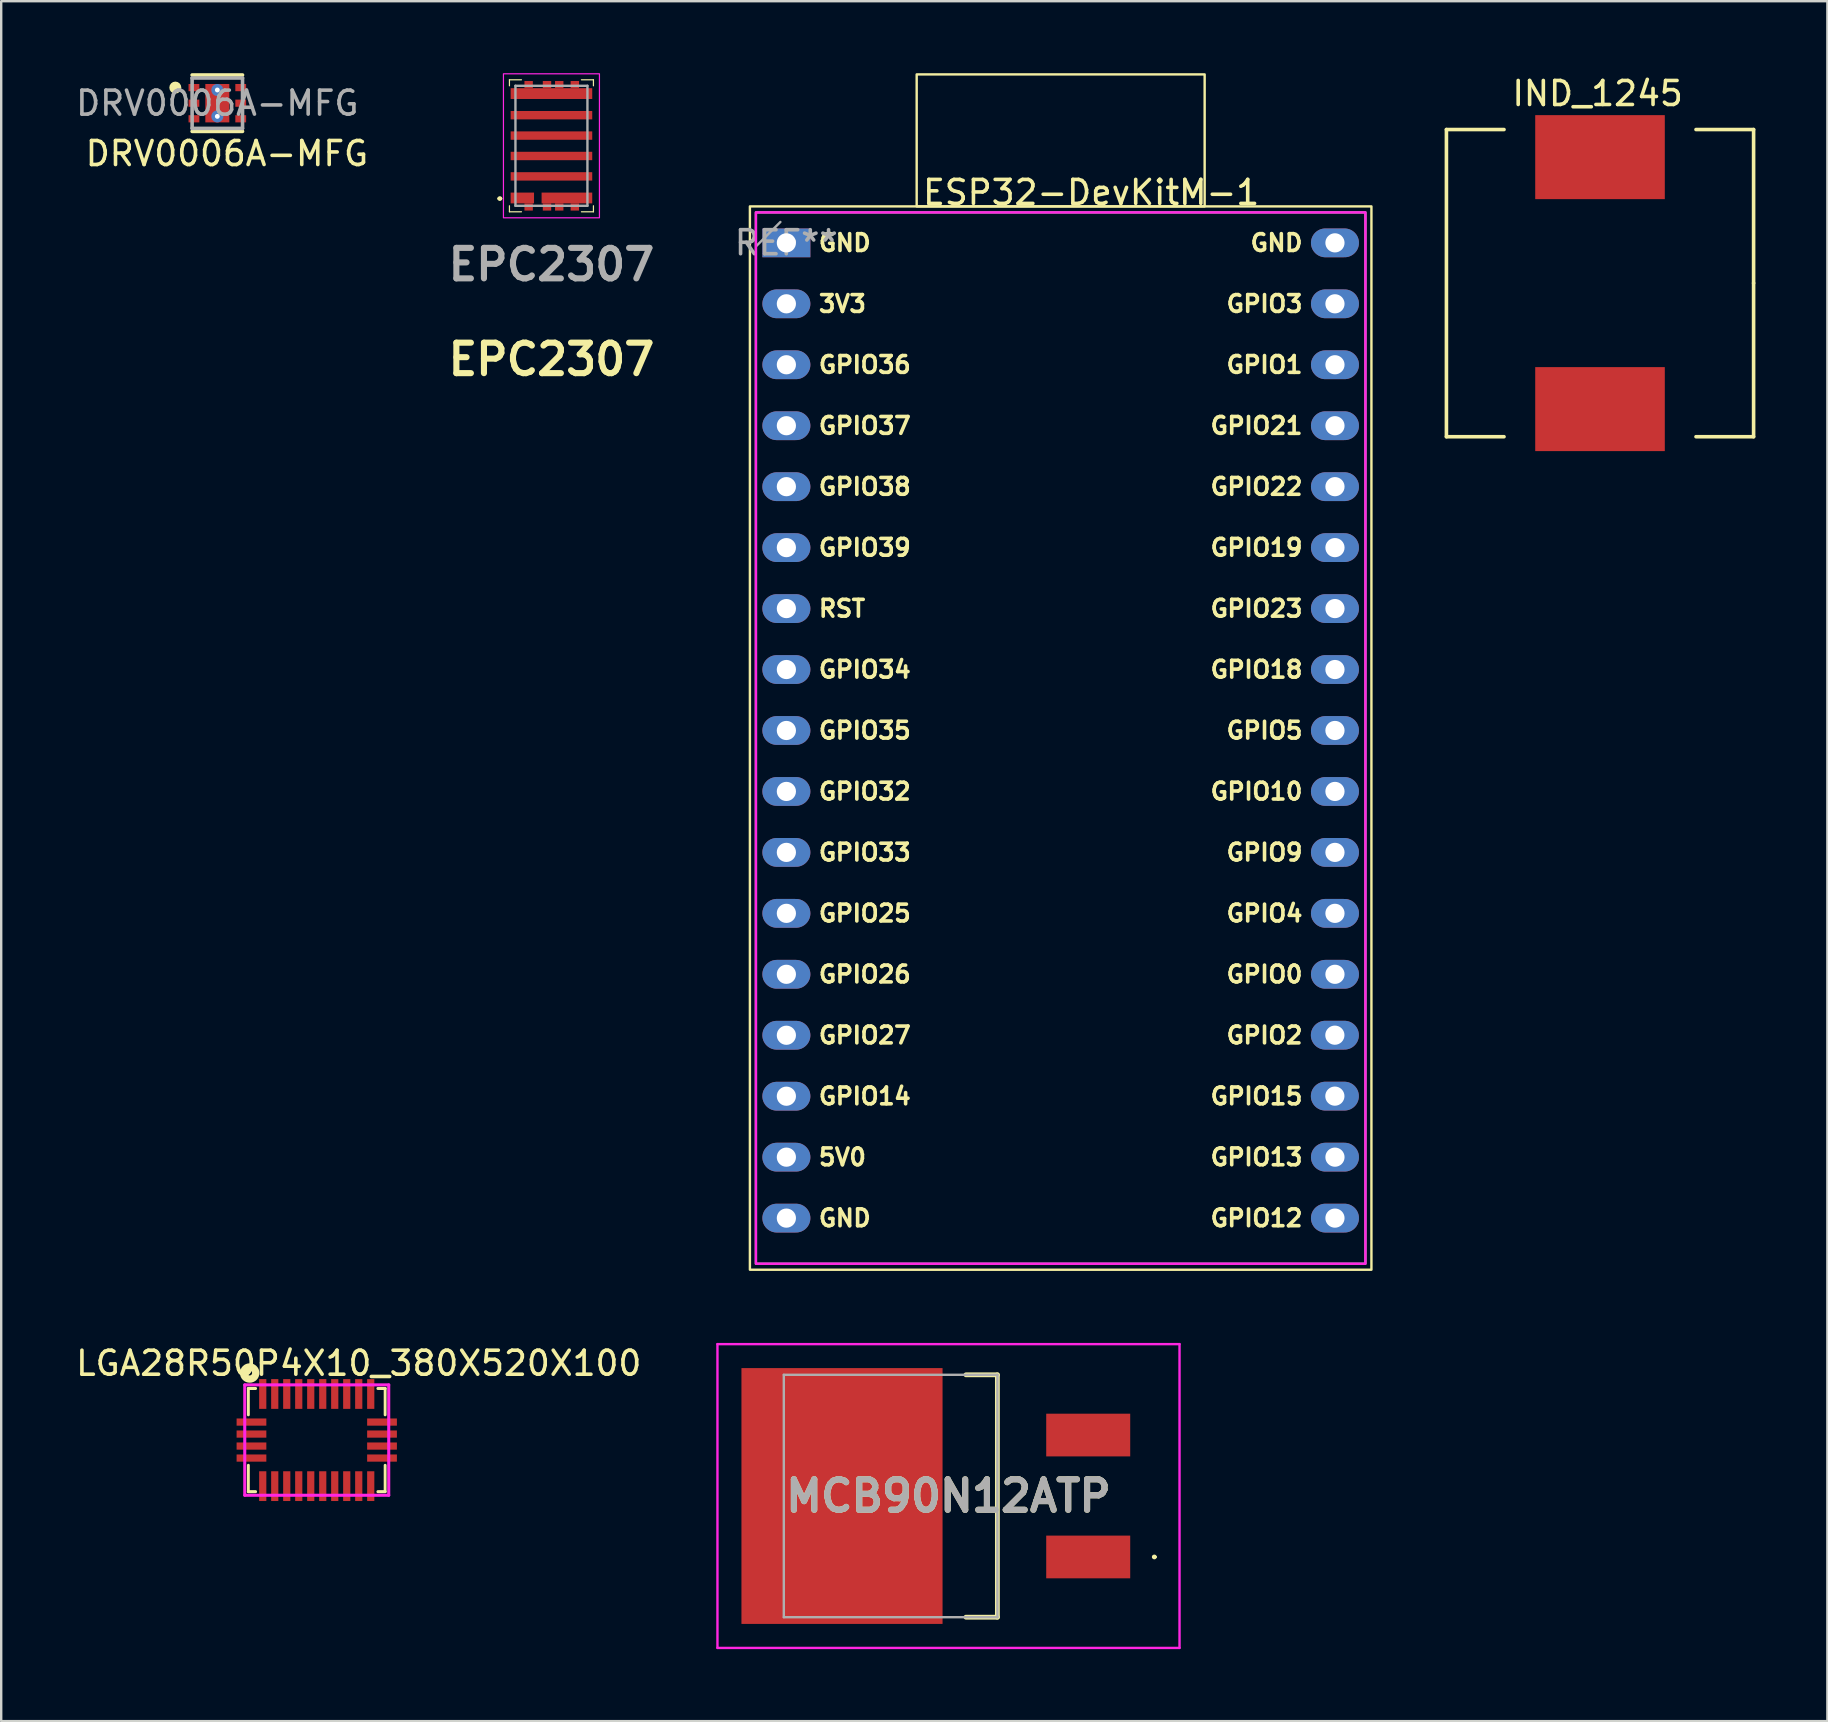
<source format=kicad_pcb>
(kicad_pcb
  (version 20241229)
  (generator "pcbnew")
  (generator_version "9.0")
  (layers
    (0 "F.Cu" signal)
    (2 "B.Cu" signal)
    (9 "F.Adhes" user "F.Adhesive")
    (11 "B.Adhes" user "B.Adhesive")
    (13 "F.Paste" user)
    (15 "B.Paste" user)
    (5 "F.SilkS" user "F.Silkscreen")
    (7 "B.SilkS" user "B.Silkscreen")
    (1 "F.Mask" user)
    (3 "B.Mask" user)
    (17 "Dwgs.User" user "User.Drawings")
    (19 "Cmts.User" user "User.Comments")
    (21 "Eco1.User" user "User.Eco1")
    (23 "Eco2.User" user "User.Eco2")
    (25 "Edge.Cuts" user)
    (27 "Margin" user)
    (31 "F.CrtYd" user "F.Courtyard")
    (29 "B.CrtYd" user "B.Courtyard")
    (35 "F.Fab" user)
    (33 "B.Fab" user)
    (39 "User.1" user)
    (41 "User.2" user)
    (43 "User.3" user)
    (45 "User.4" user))
  (footprint "DRV0006A-MFG"
    (layer "F.Cu")
    (at 6.006 1.25)
    (property "Reference" "DRV0006A-MFG" (at 0.4 2.1 0) (unlocked yes) (layer "F.SilkS") (effects (font (size 1 1) (thickness 0.15))))
    (attr smd)
    (fp_line (start -1.05 -1.175) (end 1.05 -1.175) (stroke (width 0.15) (type solid)) (layer "F.SilkS"))
    (fp_line (start -1.05 1.175) (end 1.05 1.175) (stroke (width 0.15) (type solid)) (layer "F.SilkS"))
    (fp_circle (center -1.75 -0.65) (end -1.625 -0.65) (stroke (width 0.25) (type solid)) (fill no) (layer "F.SilkS"))
    (fp_poly (pts (xy -0.5 0.15) (xy -0.45 0.1) (xy 0.45 0.1) (xy 0.5 0.15) (xy 0.5 0.75) (xy 0.45 0.8) (xy -0.45 0.8) (xy -0.5 0.75)) (stroke (width 0) (type solid)) (fill yes) (layer "F.Paste"))
    (fp_poly (pts (xy 0.45 -0.8) (xy 0.5 -0.75) (xy 0.5 -0.15) (xy 0.45 -0.1) (xy -0.45 -0.1) (xy -0.5 -0.15) (xy -0.5 -0.75) (xy -0.45 -0.8)) (stroke (width 0) (type solid)) (fill yes) (layer "F.Paste"))
    (fp_line (start -1.05 -1.05) (end 1.05 -1.05) (stroke (width 0.15) (type solid)) (layer "F.Fab"))
    (fp_line (start -1.05 1.05) (end -1.05 -1.05) (stroke (width 0.15) (type solid)) (layer "F.Fab"))
    (fp_line (start -1.05 1.05) (end 1.05 1.05) (stroke (width 0.15) (type solid)) (layer "F.Fab"))
    (fp_line (start 1.05 1.05) (end 1.05 -1.05) (stroke (width 0.15) (type solid)) (layer "F.Fab"))
    (fp_text user "${REFERENCE}" (at 0 0 0) (unlocked yes) (layer "F.Fab") (effects (font (size 1 1) (thickness 0.15))))
    (pad "1" smd rect (at -0.975 -0.65) (size 0.45 0.3) (layers "F.Cu" "F.Mask" "F.Paste"))
    (pad "2" smd rect (at -0.975 0) (size 0.45 0.3) (layers "F.Cu" "F.Mask" "F.Paste"))
    (pad "3" smd rect (at -0.975 0.65) (size 0.45 0.3) (layers "F.Cu" "F.Mask" "F.Paste"))
    (pad "4" smd rect (at 0.975 0.65) (size 0.45 0.3) (layers "F.Cu" "F.Mask" "F.Paste"))
    (pad "5" smd rect (at 0.975 0) (size 0.45 0.3) (layers "F.Cu" "F.Mask" "F.Paste"))
    (pad "6" smd rect (at 0.975 -0.65) (size 0.45 0.3) (layers "F.Cu" "F.Mask" "F.Paste"))
    (pad "7" smd rect (at 0 0) (size 1 1.6) (layers "F.Cu" "F.Mask"))
    (pad "8" thru_hole circle (at 0 0.55) (size 0.5 0.5) (drill 0.203) (layers "*.Cu" "*.Mask"))
    (pad "9" thru_hole circle (at 0 -0.55) (size 0.5 0.5) (drill 0.203) (layers "*.Cu" "*.Mask")))
  (footprint "LGA28R50P4X10_380X520X100"
    (layer "F.Cu")
    (at 10.149 56.959)
    (property "Reference" "LGA28R50P4X10_380X520X100" (at 1.75 -3.2 0) (layer "F.SilkS") (effects (font (size 1.001 1.001) (thickness 0.15))))
    (attr smd)
    (fp_line (start -2.85 -2.15) (end -2.85 -1.05) (stroke (width 0.12) (type solid)) (layer "F.SilkS"))
    (fp_line (start -2.85 1.05) (end -2.85 2.15) (stroke (width 0.12) (type solid)) (layer "F.SilkS"))
    (fp_line (start -2.85 2.15) (end -2.55 2.15) (stroke (width 0.127) (type solid)) (layer "F.SilkS"))
    (fp_line (start -2.55 -2.15) (end -2.85 -2.15) (stroke (width 0.127) (type solid)) (layer "F.SilkS"))
    (fp_line (start 2.55 2.15) (end 2.85 2.15) (stroke (width 0.127) (type solid)) (layer "F.SilkS"))
    (fp_line (start 2.85 -2.15) (end 2.55 -2.15) (stroke (width 0.127) (type solid)) (layer "F.SilkS"))
    (fp_line (start 2.85 -2.15) (end 2.85 -1.05) (stroke (width 0.12) (type solid)) (layer "F.SilkS"))
    (fp_line (start 2.85 1.05) (end 2.85 2.15) (stroke (width 0.12) (type solid)) (layer "F.SilkS"))
    (fp_circle (center -2.794 -2.794) (end -2.694 -2.794) (stroke (width 0.305) (type solid)) (fill no) (layer "F.SilkS"))
    (fp_line (start -3 -2.3) (end 3 -2.3) (stroke (width 0.127) (type solid)) (layer "F.CrtYd"))
    (fp_line (start -3 2.3) (end -3 -2.3) (stroke (width 0.127) (type solid)) (layer "F.CrtYd"))
    (fp_line (start 3 -2.3) (end 3 2.3) (stroke (width 0.127) (type solid)) (layer "F.CrtYd"))
    (fp_line (start 3 2.3) (end -3 2.3) (stroke (width 0.127) (type solid)) (layer "F.CrtYd"))
    (pad "1" smd rect (at -2.25 -1.92 180) (size 0.3 1.24) (layers "F.Cu" "F.Mask" "F.Paste"))
    (pad "2" smd rect (at -2.72 -0.75 270) (size 0.3 1.24) (layers "F.Cu" "F.Mask" "F.Paste"))
    (pad "3" smd rect (at -2.72 -0.25 270) (size 0.3 1.24) (layers "F.Cu" "F.Mask" "F.Paste"))
    (pad "4" smd rect (at -2.72 0.25 270) (size 0.3 1.24) (layers "F.Cu" "F.Mask" "F.Paste"))
    (pad "5" smd rect (at -2.72 0.75 270) (size 0.3 1.24) (layers "F.Cu" "F.Mask" "F.Paste"))
    (pad "6" smd rect (at -2.25 1.92 180) (size 0.3 1.24) (layers "F.Cu" "F.Mask" "F.Paste"))
    (pad "7" smd rect (at -1.75 1.92 180) (size 0.3 1.24) (layers "F.Cu" "F.Mask" "F.Paste"))
    (pad "8" smd rect (at -1.25 1.92 180) (size 0.3 1.24) (layers "F.Cu" "F.Mask" "F.Paste"))
    (pad "9" smd rect (at -0.75 1.92 180) (size 0.3 1.24) (layers "F.Cu" "F.Mask" "F.Paste"))
    (pad "10" smd rect (at -0.25 1.92 180) (size 0.3 1.24) (layers "F.Cu" "F.Mask" "F.Paste"))
    (pad "11" smd rect (at 0.25 1.92 180) (size 0.3 1.24) (layers "F.Cu" "F.Mask" "F.Paste"))
    (pad "12" smd rect (at 0.75 1.92 180) (size 0.3 1.24) (layers "F.Cu" "F.Mask" "F.Paste"))
    (pad "13" smd rect (at 1.25 1.92 180) (size 0.3 1.24) (layers "F.Cu" "F.Mask" "F.Paste"))
    (pad "14" smd rect (at 1.75 1.92 180) (size 0.3 1.24) (layers "F.Cu" "F.Mask" "F.Paste"))
    (pad "15" smd rect (at 2.25 1.92 180) (size 0.3 1.24) (layers "F.Cu" "F.Mask" "F.Paste"))
    (pad "16" smd rect (at 2.72 0.75 270) (size 0.3 1.24) (layers "F.Cu" "F.Mask" "F.Paste"))
    (pad "17" smd rect (at 2.72 0.25 270) (size 0.3 1.24) (layers "F.Cu" "F.Mask" "F.Paste"))
    (pad "18" smd rect (at 2.72 -0.25 270) (size 0.3 1.24) (layers "F.Cu" "F.Mask" "F.Paste"))
    (pad "19" smd rect (at 2.72 -0.75 270) (size 0.3 1.24) (layers "F.Cu" "F.Mask" "F.Paste"))
    (pad "20" smd rect (at 2.25 -1.92 180) (size 0.3 1.24) (layers "F.Cu" "F.Mask" "F.Paste"))
    (pad "21" smd rect (at 1.75 -1.92 180) (size 0.3 1.24) (layers "F.Cu" "F.Mask" "F.Paste"))
    (pad "22" smd rect (at 1.25 -1.92 180) (size 0.3 1.24) (layers "F.Cu" "F.Mask" "F.Paste"))
    (pad "23" smd rect (at 0.75 -1.92 180) (size 0.3 1.24) (layers "F.Cu" "F.Mask" "F.Paste"))
    (pad "24" smd rect (at 0.25 -1.92 180) (size 0.3 1.24) (layers "F.Cu" "F.Mask" "F.Paste"))
    (pad "25" smd rect (at -0.25 -1.92 180) (size 0.3 1.24) (layers "F.Cu" "F.Mask" "F.Paste"))
    (pad "26" smd rect (at -0.75 -1.92 180) (size 0.3 1.24) (layers "F.Cu" "F.Mask" "F.Paste"))
    (pad "27" smd rect (at -1.25 -1.92 180) (size 0.3 1.24) (layers "F.Cu" "F.Mask" "F.Paste"))
    (pad "28" smd rect (at -1.75 -1.92 180) (size 0.3 1.24) (layers "F.Cu" "F.Mask" "F.Paste")))
  (footprint "MCB90N12ATP"
    (layer "F.Cu")
    (at 34.062 59.29)
    (property "Reference" "MCB90N12ATP" (at 2.412 0 0) (layer "F.SilkS") (effects (font (size 1.27 1.27) (thickness 0.254))))
    (attr smd)
    (fp_line (start 3.14 5.05) (end 4.45 5.05) (stroke (width 0.2) (type solid)) (layer "F.SilkS"))
    (fp_line (start 4.45 -5.05) (end 3.14 -5.05) (stroke (width 0.2) (type solid)) (layer "F.SilkS"))
    (fp_line (start 4.45 5.05) (end 4.45 -5.05) (stroke (width 0.2) (type solid)) (layer "F.SilkS"))
    (fp_line (start 10.94 2.54) (end 10.94 2.54) (stroke (width 0.1) (type solid)) (layer "F.SilkS"))
    (fp_line (start 11.04 2.54) (end 11.04 2.54) (stroke (width 0.1) (type solid)) (layer "F.SilkS"))
    (fp_arc (start 10.94 2.54) (mid 10.99 2.49) (end 11.04 2.54) (stroke (width 0.1) (type solid)) (layer "F.SilkS"))
    (fp_arc (start 11.04 2.54) (mid 10.99 2.59) (end 10.94 2.54) (stroke (width 0.1) (type solid)) (layer "F.SilkS"))
    (fp_line (start -7.215 -6.33) (end 12.04 -6.33) (stroke (width 0.1) (type solid)) (layer "F.CrtYd"))
    (fp_line (start -7.215 6.33) (end -7.215 -6.33) (stroke (width 0.1) (type solid)) (layer "F.CrtYd"))
    (fp_line (start 12.04 -6.33) (end 12.04 6.33) (stroke (width 0.1) (type solid)) (layer "F.CrtYd"))
    (fp_line (start 12.04 6.33) (end -7.215 6.33) (stroke (width 0.1) (type solid)) (layer "F.CrtYd"))
    (fp_line (start -4.45 -5.05) (end 4.45 -5.05) (stroke (width 0.1) (type solid)) (layer "F.Fab"))
    (fp_line (start -4.45 5.05) (end -4.45 -5.05) (stroke (width 0.1) (type solid)) (layer "F.Fab"))
    (fp_line (start 4.45 -5.05) (end 4.45 5.05) (stroke (width 0.1) (type solid)) (layer "F.Fab"))
    (fp_line (start 4.45 5.05) (end -4.45 5.05) (stroke (width 0.1) (type solid)) (layer "F.Fab"))
    (fp_text user "${REFERENCE}" (at 2.412 0 0) (layer "F.Fab") (effects (font (size 1.27 1.27) (thickness 0.254))))
    (pad "1" smd rect (at 8.235 2.54 90) (size 1.78 3.5) (layers "F.Cu" "F.Mask" "F.Paste"))
    (pad "2" smd rect (at -2.025 0) (size 8.38 10.66) (layers "F.Cu" "F.Mask" "F.Paste"))
    (pad "3" smd rect (at 8.235 -2.54 90) (size 1.78 3.5) (layers "F.Cu" "F.Mask" "F.Paste")))
  (footprint "ESP32-DevKitM-1"
    (layer "F.Cu")
    (at 29.719 7.07)
    (property "Reference" "ESP32-DevKitM-1" (at 12.7 -2.1 0) (layer "F.SilkS") (effects (font (size 1 1) (thickness 0.15))))
    (attr through_hole)
    (fp_rect (start -1.52 -1.52) (end 24.38 42.79) (stroke (width 0.1) (type default)) (fill no) (layer "F.SilkS"))
    (fp_rect (start 5.43 -7.02) (end 17.43 -1.52) (stroke (width 0.1) (type default)) (fill no) (layer "F.SilkS"))
    (fp_rect (start -1.27 -1.27) (end 24.13 42.54) (stroke (width 0.1) (type default)) (fill no) (layer "F.CrtYd"))
    (fp_line (start -0.25 -0.87) (end -1.25 0.13) (stroke (width 0.1) (type solid)) (layer "F.Fab"))
    (fp_rect (start -1.27 -1.27) (end 24.13 42.54) (stroke (width 0.1) (type default)) (fill no) (layer "F.Fab"))
    (fp_text user "GPIO25" (at 1.27 27.94 0) (unlocked yes) (layer "F.SilkS") (effects (font (size 0.7 0.7) (thickness 0.15)) (justify left)))
    (fp_text user "GPIO38" (at 1.27 10.16 0) (unlocked yes) (layer "F.SilkS") (effects (font (size 0.7 0.7) (thickness 0.15)) (justify left)))
    (fp_text user "RST" (at 1.27 15.24 0) (unlocked yes) (layer "F.SilkS") (effects (font (size 0.7 0.7) (thickness 0.15)) (justify left)))
    (fp_text user "GPIO27" (at 1.27 33.02 0) (unlocked yes) (layer "F.SilkS") (effects (font (size 0.7 0.7) (thickness 0.15)) (justify left)))
    (fp_text user "GPIO22" (at 21.59 10.16 0) (unlocked yes) (layer "F.SilkS") (effects (font (size 0.7 0.7) (thickness 0.15)) (justify right)))
    (fp_text user "GPIO21" (at 21.59 7.62 0) (unlocked yes) (layer "F.SilkS") (effects (font (size 0.7 0.7) (thickness 0.15)) (justify right)))
    (fp_text user "GND" (at 1.27 40.64 0) (unlocked yes) (layer "F.SilkS") (effects (font (size 0.7 0.7) (thickness 0.15)) (justify left)))
    (fp_text user "GPIO33" (at 1.27 25.4 0) (unlocked yes) (layer "F.SilkS") (effects (font (size 0.7 0.7) (thickness 0.15)) (justify left)))
    (fp_text user "GPIO36" (at 1.27 5.08 0) (unlocked yes) (layer "F.SilkS") (effects (font (size 0.7 0.7) (thickness 0.15)) (justify left)))
    (fp_text user "GPIO0" (at 21.59 30.48 0) (unlocked yes) (layer "F.SilkS") (effects (font (size 0.7 0.7) (thickness 0.15)) (justify right)))
    (fp_text user "GPIO19" (at 21.59 12.7 0) (unlocked yes) (layer "F.SilkS") (effects (font (size 0.7 0.7) (thickness 0.15)) (justify right)))
    (fp_text user "5V0" (at 1.27 38.1 0) (unlocked yes) (layer "F.SilkS") (effects (font (size 0.7 0.7) (thickness 0.15)) (justify left)))
    (fp_text user "GPIO13" (at 21.59 38.1 0) (unlocked yes) (layer "F.SilkS") (effects (font (size 0.7 0.7) (thickness 0.15)) (justify right)))
    (fp_text user "GPIO9" (at 21.59 25.4 0) (unlocked yes) (layer "F.SilkS") (effects (font (size 0.7 0.7) (thickness 0.15)) (justify right)))
    (fp_text user "GPIO18" (at 21.59 17.78 0) (unlocked yes) (layer "F.SilkS") (effects (font (size 0.7 0.7) (thickness 0.15)) (justify right)))
    (fp_text user "GPIO5" (at 21.59 20.32 0) (unlocked yes) (layer "F.SilkS") (effects (font (size 0.7 0.7) (thickness 0.15)) (justify right)))
    (fp_text user "GPIO26" (at 1.27 30.48 0) (unlocked yes) (layer "F.SilkS") (effects (font (size 0.7 0.7) (thickness 0.15)) (justify left)))
    (fp_text user "GPIO39" (at 1.27 12.7 0) (unlocked yes) (layer "F.SilkS") (effects (font (size 0.7 0.7) (thickness 0.15)) (justify left)))
    (fp_text user "GPIO14" (at 1.27 35.56 0) (unlocked yes) (layer "F.SilkS") (effects (font (size 0.7 0.7) (thickness 0.15)) (justify left)))
    (fp_text user "GPIO15" (at 21.59 35.56 0) (unlocked yes) (layer "F.SilkS") (effects (font (size 0.7 0.7) (thickness 0.15)) (justify right)))
    (fp_text user "GPIO34" (at 1.27 17.78 0) (unlocked yes) (layer "F.SilkS") (effects (font (size 0.7 0.7) (thickness 0.15)) (justify left)))
    (fp_text user "GND" (at 21.59 0 0) (unlocked yes) (layer "F.SilkS") (effects (font (size 0.7 0.7) (thickness 0.15)) (justify right)))
    (fp_text user "GPIO32" (at 1.27 22.86 0) (unlocked yes) (layer "F.SilkS") (effects (font (size 0.7 0.7) (thickness 0.15)) (justify left)))
    (fp_text user "GPIO10" (at 21.59 22.86 0) (unlocked yes) (layer "F.SilkS") (effects (font (size 0.7 0.7) (thickness 0.15)) (justify right)))
    (fp_text user "GPIO37" (at 1.27 7.62 0) (unlocked yes) (layer "F.SilkS") (effects (font (size 0.7 0.7) (thickness 0.15)) (justify left)))
    (fp_text user "GPIO3" (at 21.59 2.54 0) (unlocked yes) (layer "F.SilkS") (effects (font (size 0.7 0.7) (thickness 0.15)) (justify right)))
    (fp_text user "GPIO1" (at 21.59 5.08 0) (unlocked yes) (layer "F.SilkS") (effects (font (size 0.7 0.7) (thickness 0.15)) (justify right)))
    (fp_text user "3V3" (at 1.27 2.54 0) (unlocked yes) (layer "F.SilkS") (effects (font (size 0.7 0.7) (thickness 0.15)) (justify left)))
    (fp_text user "GPIO4" (at 21.59 27.94 0) (unlocked yes) (layer "F.SilkS") (effects (font (size 0.7 0.7) (thickness 0.15)) (justify right)))
    (fp_text user "GPIO12" (at 21.59 40.64 0) (unlocked yes) (layer "F.SilkS") (effects (font (size 0.7 0.7) (thickness 0.15)) (justify right)))
    (fp_text user "GPIO35" (at 1.27 20.32 0) (unlocked yes) (layer "F.SilkS") (effects (font (size 0.7 0.7) (thickness 0.15)) (justify left)))
    (fp_text user "GND" (at 1.27 0 0) (unlocked yes) (layer "F.SilkS") (effects (font (size 0.7 0.7) (thickness 0.15)) (justify left)))
    (fp_text user "GPIO23" (at 21.59 15.24 0) (unlocked yes) (layer "F.SilkS") (effects (font (size 0.7 0.7) (thickness 0.15)) (justify right)))
    (fp_text user "GPIO2" (at 21.59 33.02 0) (unlocked yes) (layer "F.SilkS") (effects (font (size 0.7 0.7) (thickness 0.15)) (justify right)))
    (fp_text user "REF**" (at -0.004 -0.003 0) (layer "F.Fab") (effects (font (size 1 1) (thickness 0.15))))
    (pad "1" thru_hole rect (at 0 0 270) (size 1.2 2) (drill 0.8) (layers "*.Cu" "*.Mask"))
    (pad "2" thru_hole oval (at 0 2.54 270) (size 1.2 2) (drill 0.8) (layers "*.Cu" "*.Mask"))
    (pad "3" thru_hole oval (at 0 5.08 270) (size 1.2 2) (drill 0.8) (layers "*.Cu" "*.Mask"))
    (pad "4" thru_hole oval (at 0 7.62 270) (size 1.2 2) (drill 0.8) (layers "*.Cu" "*.Mask"))
    (pad "5" thru_hole oval (at 0 10.16 270) (size 1.2 2) (drill 0.8) (layers "*.Cu" "*.Mask"))
    (pad "6" thru_hole oval (at 0 12.7 270) (size 1.2 2) (drill 0.8) (layers "*.Cu" "*.Mask"))
    (pad "7" thru_hole oval (at 0 15.24 270) (size 1.2 2) (drill 0.8) (layers "*.Cu" "*.Mask"))
    (pad "8" thru_hole oval (at 0 17.78 270) (size 1.2 2) (drill 0.8) (layers "*.Cu" "*.Mask"))
    (pad "9" thru_hole oval (at 0 20.32 270) (size 1.2 2) (drill 0.8) (layers "*.Cu" "*.Mask"))
    (pad "10" thru_hole oval (at 0 22.86 270) (size 1.2 2) (drill 0.8) (layers "*.Cu" "*.Mask"))
    (pad "11" thru_hole oval (at 0 25.4 270) (size 1.2 2) (drill 0.8) (layers "*.Cu" "*.Mask"))
    (pad "12" thru_hole oval (at 0 27.94 270) (size 1.2 2) (drill 0.8) (layers "*.Cu" "*.Mask"))
    (pad "13" thru_hole oval (at 0 30.48 270) (size 1.2 2) (drill 0.8) (layers "*.Cu" "*.Mask"))
    (pad "14" thru_hole oval (at 0 33.02 270) (size 1.2 2) (drill 0.8) (layers "*.Cu" "*.Mask"))
    (pad "15" thru_hole oval (at 0 35.56 270) (size 1.2 2) (drill 0.8) (layers "*.Cu" "*.Mask"))
    (pad "16" thru_hole oval (at 0 38.1 270) (size 1.2 2) (drill 0.8) (layers "*.Cu" "*.Mask"))
    (pad "17" thru_hole oval (at 0 40.64 270) (size 1.2 2) (drill 0.8) (layers "*.Cu" "*.Mask"))
    (pad "18" thru_hole oval (at 22.86 40.64 270) (size 1.2 2) (drill 0.8) (layers "*.Cu" "*.Mask"))
    (pad "19" thru_hole oval (at 22.86 38.1 270) (size 1.2 2) (drill 0.8) (layers "*.Cu" "*.Mask"))
    (pad "20" thru_hole oval (at 22.856 35.557 270) (size 1.2 2) (drill 0.8) (layers "*.Cu" "*.Mask"))
    (pad "21" thru_hole oval (at 22.856 33.017 270) (size 1.2 2) (drill 0.8) (layers "*.Cu" "*.Mask"))
    (pad "22" thru_hole oval (at 22.86 30.48 270) (size 1.2 2) (drill 0.8) (layers "*.Cu" "*.Mask"))
    (pad "23" thru_hole oval (at 22.86 27.94 270) (size 1.2 2) (drill 0.8) (layers "*.Cu" "*.Mask"))
    (pad "24" thru_hole oval (at 22.86 25.4 270) (size 1.2 2) (drill 0.8) (layers "*.Cu" "*.Mask"))
    (pad "25" thru_hole oval (at 22.86 22.86 270) (size 1.2 2) (drill 0.8) (layers "*.Cu" "*.Mask"))
    (pad "26" thru_hole oval (at 22.86 20.32 270) (size 1.2 2) (drill 0.8) (layers "*.Cu" "*.Mask"))
    (pad "27" thru_hole oval (at 22.86 17.78 270) (size 1.2 2) (drill 0.8) (layers "*.Cu" "*.Mask"))
    (pad "28" thru_hole oval (at 22.86 15.24 270) (size 1.2 2) (drill 0.8) (layers "*.Cu" "*.Mask"))
    (pad "29" thru_hole oval (at 22.86 12.7 270) (size 1.2 2) (drill 0.8) (layers "*.Cu" "*.Mask"))
    (pad "30" thru_hole oval (at 22.86 10.16 270) (size 1.2 2) (drill 0.8) (layers "*.Cu" "*.Mask"))
    (pad "31" thru_hole oval (at 22.86 7.62 270) (size 1.2 2) (drill 0.8) (layers "*.Cu" "*.Mask"))
    (pad "32" thru_hole oval (at 22.86 5.08 270) (size 1.2 2) (drill 0.8) (layers "*.Cu" "*.Mask"))
    (pad "33" thru_hole oval (at 22.86 2.54 270) (size 1.2 2) (drill 0.8) (layers "*.Cu" "*.Mask"))
    (pad "34" thru_hole oval (at 22.86 0 270) (size 1.2 2) (drill 0.8) (layers "*.Cu" "*.Mask")))
  (footprint "EPC2307"
    (layer "F.Cu")
    (at 19.929 3.025)
    (property "Reference" "EPC2307" (at 0 8.9 0) (layer "F.SilkS") (effects (font (size 1.27 1.27) (thickness 0.254))))
    (attr smd)
    (fp_line (start -2.2 2.2) (end -2.2 2.2) (stroke (width 0.1) (type solid)) (layer "F.SilkS"))
    (fp_line (start -2.1 2.2) (end -2.1 2.2) (stroke (width 0.1) (type solid)) (layer "F.SilkS"))
    (fp_line (start -1.75 -2.75) (end -1.75 -2.5) (stroke (width 0.05) (type default)) (layer "F.SilkS"))
    (fp_line (start -1.75 2.75) (end -1.75 2.5) (stroke (width 0.05) (type default)) (layer "F.SilkS"))
    (fp_line (start -1.25 -2.75) (end -1.75 -2.75) (stroke (width 0.05) (type default)) (layer "F.SilkS"))
    (fp_line (start -1.25 2.75) (end -1.75 2.75) (stroke (width 0.05) (type default)) (layer "F.SilkS"))
    (fp_line (start 1.25 -2.75) (end 1.75 -2.75) (stroke (width 0.05) (type default)) (layer "F.SilkS"))
    (fp_line (start 1.25 2.75) (end 1.75 2.75) (stroke (width 0.05) (type default)) (layer "F.SilkS"))
    (fp_line (start 1.75 -2.75) (end 1.75 -2.5) (stroke (width 0.05) (type default)) (layer "F.SilkS"))
    (fp_line (start 1.75 2.75) (end 1.75 2.5) (stroke (width 0.05) (type default)) (layer "F.SilkS"))
    (fp_arc (start -2.2 2.2) (mid -2.15 2.15) (end -2.1 2.2) (stroke (width 0.1) (type solid)) (layer "F.SilkS"))
    (fp_arc (start -2.1 2.2) (mid -2.15 2.25) (end -2.2 2.2) (stroke (width 0.1) (type solid)) (layer "F.SilkS"))
    (fp_rect (start -2 -3) (end 2 3) (stroke (width 0.05) (type default)) (fill no) (layer "F.CrtYd"))
    (fp_line (start -1.5 -2.5) (end 1.5 -2.5) (stroke (width 0.1) (type solid)) (layer "F.Fab"))
    (fp_line (start -1.5 2.5) (end -1.5 -2.5) (stroke (width 0.1) (type solid)) (layer "F.Fab"))
    (fp_line (start 1.5 -2.5) (end 1.5 2.5) (stroke (width 0.1) (type solid)) (layer "F.Fab"))
    (fp_line (start 1.5 2.5) (end -1.5 2.5) (stroke (width 0.1) (type solid)) (layer "F.Fab"))
    (fp_text user "${REFERENCE}" (at 0 4.95 0) (layer "F.Fab") (effects (font (size 1.27 1.27) (thickness 0.254))))
    (pad "1" smd rect (at -1.213 2.175 90) (size 0.45 0.975) (layers "F.Cu" "F.Mask" "F.Paste"))
    (pad "1" smd rect (at -0.95 2.55 90) (size 0.3 0.35) (layers "F.Cu" "F.Mask" "F.Paste"))
    (pad "2" smd rect (at -0.185 2.55 90) (size 0.3 0.35) (layers "F.Cu" "F.Mask" "F.Paste"))
    (pad "2" smd rect (at 0.325 2.55 90) (size 0.3 0.35) (layers "F.Cu" "F.Mask" "F.Paste"))
    (pad "2" smd rect (at 0.645 2.175 90) (size 0.45 2.11) (layers "F.Cu" "F.Mask" "F.Paste"))
    (pad "2" smd rect (at 0.975 2.55 90) (size 0.3 0.35) (layers "F.Cu" "F.Mask" "F.Paste"))
    (pad "3" smd rect (at 0 1.275 90) (size 0.35 3.4) (layers "F.Cu" "F.Mask" "F.Paste"))
    (pad "4" smd rect (at 0 0.425 90) (size 0.35 3.4) (layers "F.Cu" "F.Mask" "F.Paste"))
    (pad "5" smd rect (at 0 -0.425 90) (size 0.35 3.4) (layers "F.Cu" "F.Mask" "F.Paste"))
    (pad "6" smd rect (at 0 -1.275 90) (size 0.35 3.4) (layers "F.Cu" "F.Mask" "F.Paste"))
    (pad "7" smd rect (at -0.95 -2.55 90) (size 0.3 0.35) (layers "F.Cu" "F.Mask" "F.Paste"))
    (pad "7" smd rect (at -0.185 -2.55 90) (size 0.3 0.35) (layers "F.Cu" "F.Mask" "F.Paste"))
    (pad "7" smd rect (at 0 -2.175 90) (size 0.45 3.4) (layers "F.Cu" "F.Mask" "F.Paste"))
    (pad "7" smd rect (at 0.325 -2.55 90) (size 0.3 0.35) (layers "F.Cu" "F.Mask" "F.Paste"))
    (pad "7" smd rect (at 0.975 -2.55 90) (size 0.3 0.35) (layers "F.Cu" "F.Mask" "F.Paste")))
  (footprint "IND_1245"
    (layer "F.Cu")
    (at 63.624 8.748)
    (property "Reference" "IND_1245" (at -0.1 -7.9 0) (layer "F.SilkS") (effects (font (size 1 1) (thickness 0.15))))
    (attr through_hole)
    (fp_line (start -6.4 -6.4) (end -6.4 6.4) (stroke (width 0.15) (type solid)) (layer "F.SilkS"))
    (fp_line (start -6.4 -6.4) (end -4 -6.4) (stroke (width 0.15) (type solid)) (layer "F.SilkS"))
    (fp_line (start -6.4 6.4) (end -4 6.4) (stroke (width 0.15) (type solid)) (layer "F.SilkS"))
    (fp_line (start 6.4 -6.4) (end 4 -6.4) (stroke (width 0.15) (type solid)) (layer "F.SilkS"))
    (fp_line (start 6.4 0) (end 6.4 -6.4) (stroke (width 0.15) (type solid)) (layer "F.SilkS"))
    (fp_line (start 6.4 6.4) (end 4 6.4) (stroke (width 0.15) (type solid)) (layer "F.SilkS"))
    (fp_line (start 6.4 6.4) (end 6.4 0) (stroke (width 0.15) (type solid)) (layer "F.SilkS"))
    (pad "1" smd rect (at 0 -5.25) (size 5.4 3.5) (layers "F.Cu" "F.Mask" "F.Paste"))
    (pad "2" smd rect (at 0 5.25) (size 5.4 3.5) (layers "F.Cu" "F.Mask" "F.Paste")))
  (gr_rect
    (start -3 -3)
    (end 73.099 68.67)
    (stroke (width 0.1) (type default))
    (fill no)
    (layer "Edge.Cuts")))
</source>
